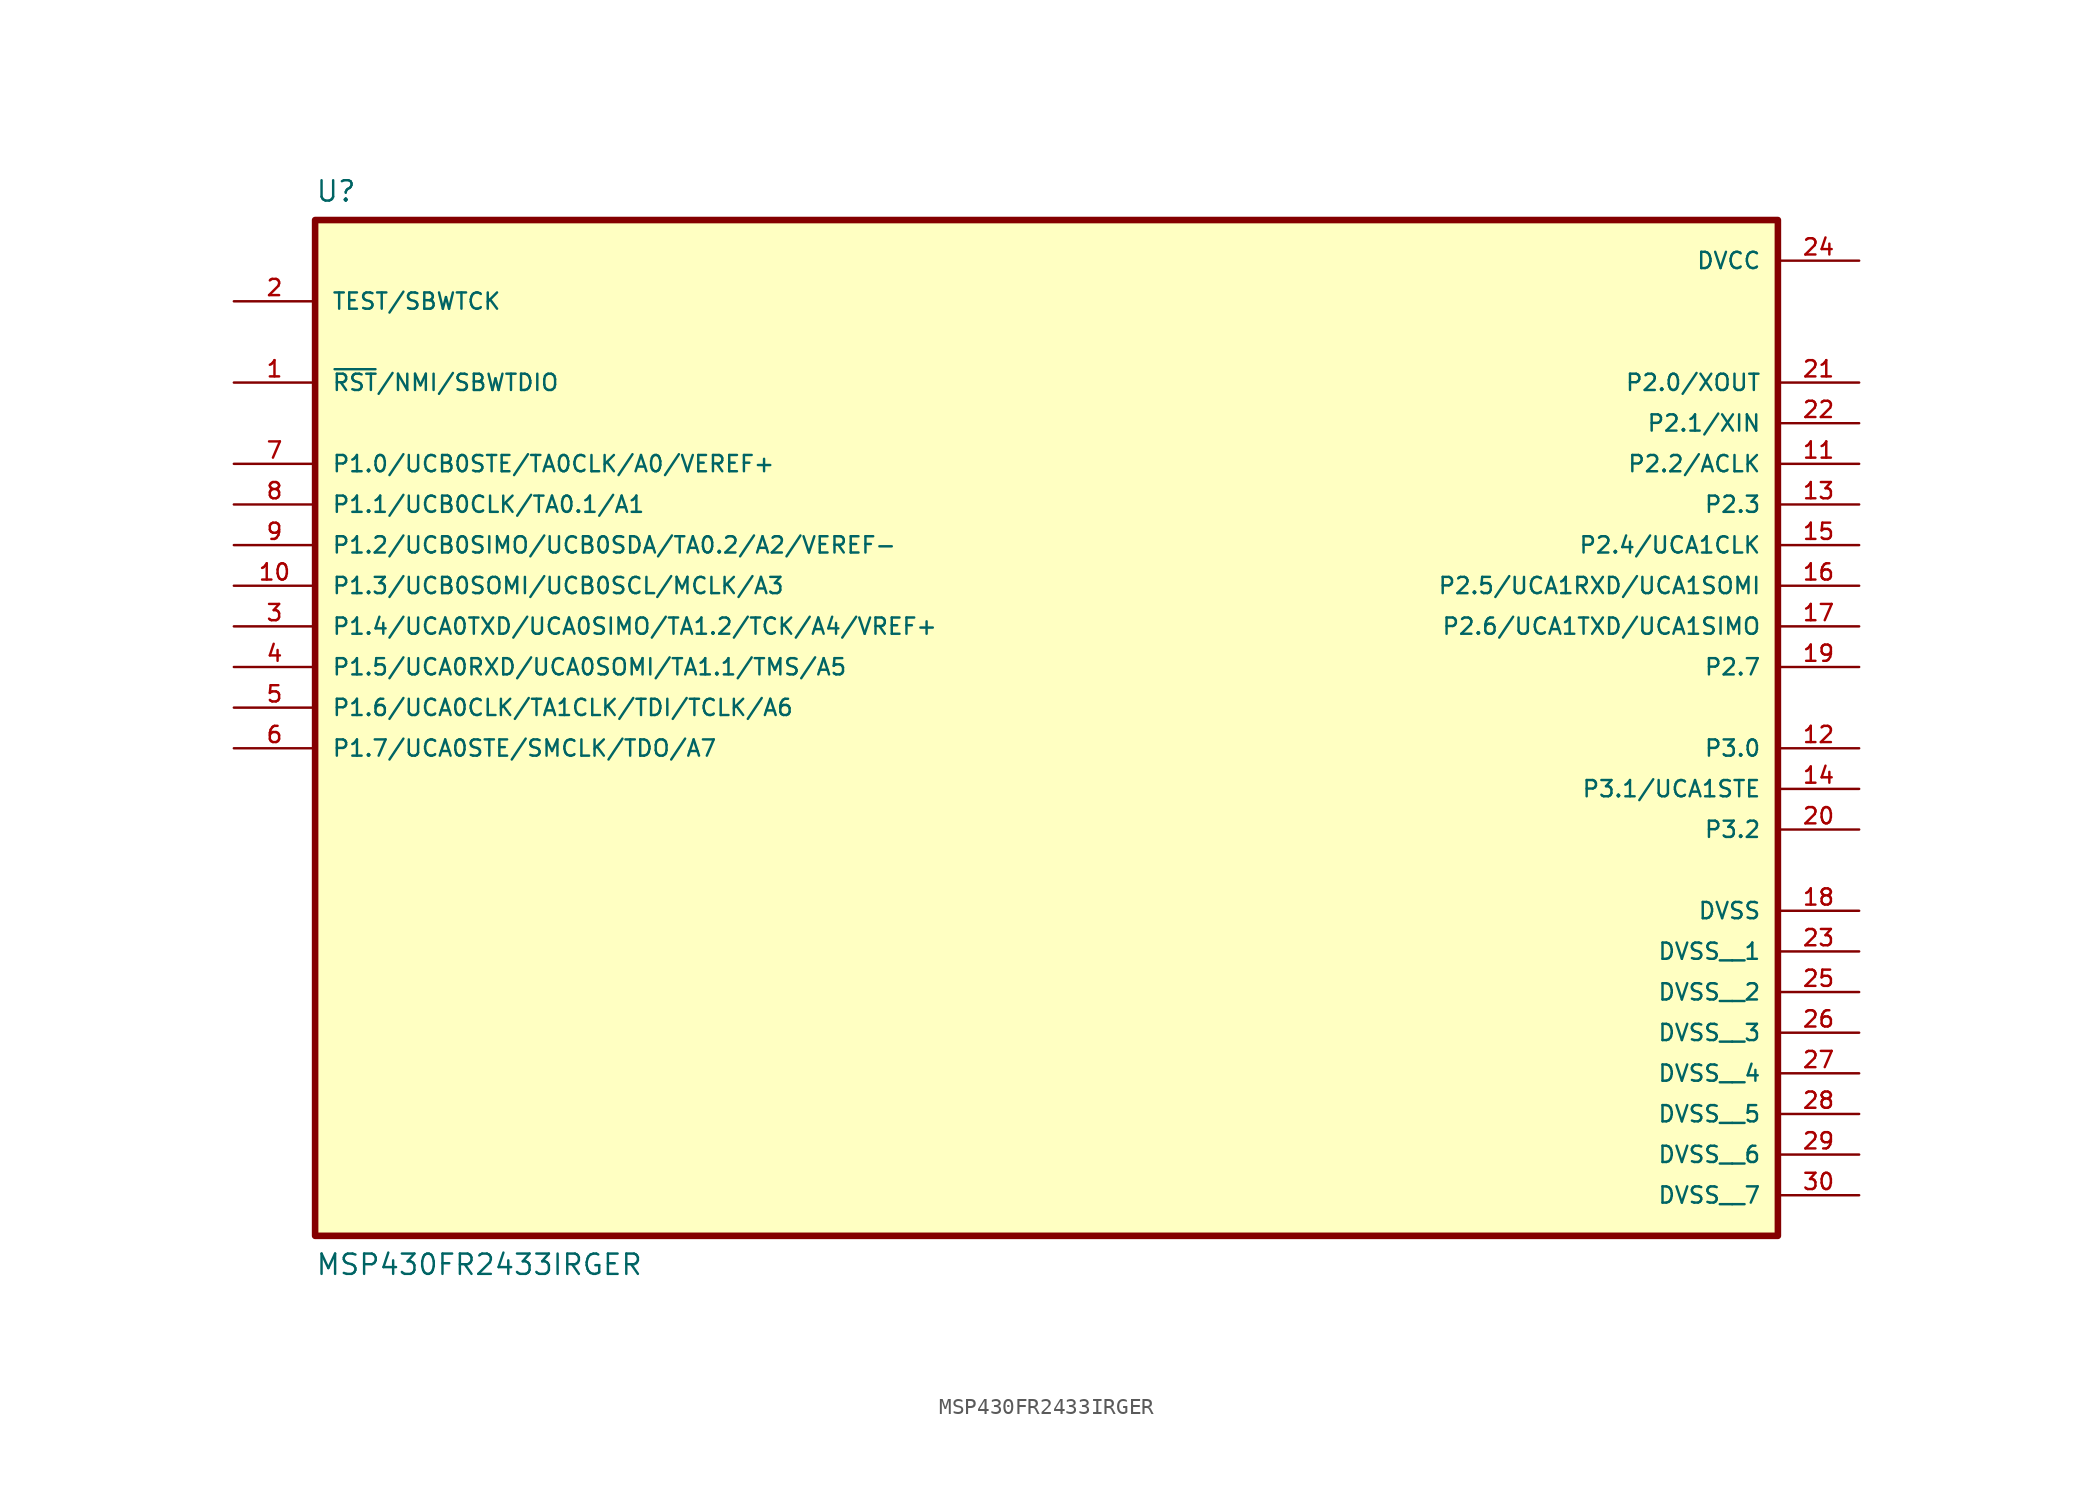
<source format=kicad_sym>
(kicad_symbol_lib
  (version 20211014)
  (generator kicad_symbol_editor)
  (symbol "MSP430FR2433IRGER"
    (pin_names
      (offset 1.016))
    (property "Reference" "U"
      (at -45.72 25.4 0.0)
      (effects (font (size 1.27 1.27)) (justify top left)))
    (property "Value" "MSP430FR2433IRGER"
      (at -45.72 -43.18 0.0)
      (effects (font (size 1.27 1.27)) (justify bottom left)))
    (symbol "MSP430FR2433IRGER_0_0"
      (rectangle (start -45.72 -40.64) (end 45.72 22.86) (stroke (width 0.41)) (fill (type background)))
      (pin bidirectional line (at -50.8 5.08 0) (length 5.08) (name "P1.1/UCB0CLK/TA0.1/A1" (effects (font (size 1.016 1.016)))) (number "8" (effects (font (size 1.016 1.016)))))
      (pin bidirectional line (at -50.8 0.0 0) (length 5.08) (name "P1.3/UCB0SOMI/UCB0SCL/MCLK/A3" (effects (font (size 1.016 1.016)))) (number "10" (effects (font (size 1.016 1.016)))))
      (pin bidirectional line (at -50.8 7.62 0) (length 5.08) (name "P1.0/UCB0STE/TA0CLK/A0/VEREF+" (effects (font (size 1.016 1.016)))) (number "7" (effects (font (size 1.016 1.016)))))
      (pin bidirectional line (at -50.8 2.54 0) (length 5.08) (name "P1.2/UCB0SIMO/UCB0SDA/TA0.2/A2/VEREF-" (effects (font (size 1.016 1.016)))) (number "9" (effects (font (size 1.016 1.016)))))
      (pin bidirectional line (at 50.8 -2.54 180.0) (length 5.08) (name "P2.6/UCA1TXD/UCA1SIMO" (effects (font (size 1.016 1.016)))) (number "17" (effects (font (size 1.016 1.016)))))
      (pin bidirectional line (at -50.8 -5.08 0) (length 5.08) (name "P1.5/UCA0RXD/UCA0SOMI/TA1.1/TMS/A5" (effects (font (size 1.016 1.016)))) (number "4" (effects (font (size 1.016 1.016)))))
      (pin bidirectional line (at -50.8 -7.62 0) (length 5.08) (name "P1.6/UCA0CLK/TA1CLK/TDI/TCLK/A6" (effects (font (size 1.016 1.016)))) (number "5" (effects (font (size 1.016 1.016)))))
      (pin bidirectional line (at -50.8 -2.54 0) (length 5.08) (name "P1.4/UCA0TXD/UCA0SIMO/TA1.2/TCK/A4/VREF+" (effects (font (size 1.016 1.016)))) (number "3" (effects (font (size 1.016 1.016)))))
      (pin input line (at -50.8 17.78 0) (length 5.08) (name "TEST/SBWTCK" (effects (font (size 1.016 1.016)))) (number "2" (effects (font (size 1.016 1.016)))))
      (pin bidirectional line (at -50.8 12.7 0) (length 5.08) (name "~{RST}/NMI/SBWTDIO" (effects (font (size 1.016 1.016)))) (number "1" (effects (font (size 1.016 1.016)))))
      (pin power_in line (at 50.8 20.32 180.0) (length 5.08) (name "DVCC" (effects (font (size 1.016 1.016)))) (number "24" (effects (font (size 1.016 1.016)))))
      (pin bidirectional line (at 50.8 7.62 180.0) (length 5.08) (name "P2.2/ACLK" (effects (font (size 1.016 1.016)))) (number "11" (effects (font (size 1.016 1.016)))))
      (pin bidirectional line (at 50.8 -10.16 180.0) (length 5.08) (name "P3.0" (effects (font (size 1.016 1.016)))) (number "12" (effects (font (size 1.016 1.016)))))
      (pin bidirectional line (at 50.8 5.08 180.0) (length 5.08) (name "P2.3" (effects (font (size 1.016 1.016)))) (number "13" (effects (font (size 1.016 1.016)))))
      (pin bidirectional line (at -50.8 -10.16 0) (length 5.08) (name "P1.7/UCA0STE/SMCLK/TDO/A7" (effects (font (size 1.016 1.016)))) (number "6" (effects (font (size 1.016 1.016)))))
      (pin bidirectional line (at 50.8 0.0 180.0) (length 5.08) (name "P2.5/UCA1RXD/UCA1SOMI" (effects (font (size 1.016 1.016)))) (number "16" (effects (font (size 1.016 1.016)))))
      (pin power_in line (at 50.8 -20.32 180.0) (length 5.08) (name "DVSS" (effects (font (size 1.016 1.016)))) (number "18" (effects (font (size 1.016 1.016)))))
      (pin bidirectional line (at 50.8 -15.24 180.0) (length 5.08) (name "P3.2" (effects (font (size 1.016 1.016)))) (number "20" (effects (font (size 1.016 1.016)))))
      (pin bidirectional line (at 50.8 10.16 180.0) (length 5.08) (name "P2.1/XIN" (effects (font (size 1.016 1.016)))) (number "22" (effects (font (size 1.016 1.016)))))
      (pin bidirectional line (at 50.8 12.7 180.0) (length 5.08) (name "P2.0/XOUT" (effects (font (size 1.016 1.016)))) (number "21" (effects (font (size 1.016 1.016)))))
      (pin bidirectional line (at 50.8 -5.08 180.0) (length 5.08) (name "P2.7" (effects (font (size 1.016 1.016)))) (number "19" (effects (font (size 1.016 1.016)))))
      (pin bidirectional line (at 50.8 -12.7 180.0) (length 5.08) (name "P3.1/UCA1STE" (effects (font (size 1.016 1.016)))) (number "14" (effects (font (size 1.016 1.016)))))
      (pin bidirectional line (at 50.8 2.54 180.0) (length 5.08) (name "P2.4/UCA1CLK" (effects (font (size 1.016 1.016)))) (number "15" (effects (font (size 1.016 1.016)))))
      (pin power_in line (at 50.8 -22.86 180.0) (length 5.08) (name "DVSS__1" (effects (font (size 1.016 1.016)))) (number "23" (effects (font (size 1.016 1.016)))))
      (pin power_in line (at 50.8 -25.4 180.0) (length 5.08) (name "DVSS__2" (effects (font (size 1.016 1.016)))) (number "25" (effects (font (size 1.016 1.016)))))
      (pin power_in line (at 50.8 -27.94 180.0) (length 5.08) (name "DVSS__3" (effects (font (size 1.016 1.016)))) (number "26" (effects (font (size 1.016 1.016)))))
      (pin power_in line (at 50.8 -30.48 180.0) (length 5.08) (name "DVSS__4" (effects (font (size 1.016 1.016)))) (number "27" (effects (font (size 1.016 1.016)))))
      (pin power_in line (at 50.8 -33.02 180.0) (length 5.08) (name "DVSS__5" (effects (font (size 1.016 1.016)))) (number "28" (effects (font (size 1.016 1.016)))))
      (pin power_in line (at 50.8 -35.56 180.0) (length 5.08) (name "DVSS__6" (effects (font (size 1.016 1.016)))) (number "29" (effects (font (size 1.016 1.016)))))
      (pin power_in line (at 50.8 -38.1 180.0) (length 5.08) (name "DVSS__7" (effects (font (size 1.016 1.016)))) (number "30" (effects (font (size 1.016 1.016))))))))
</source>
